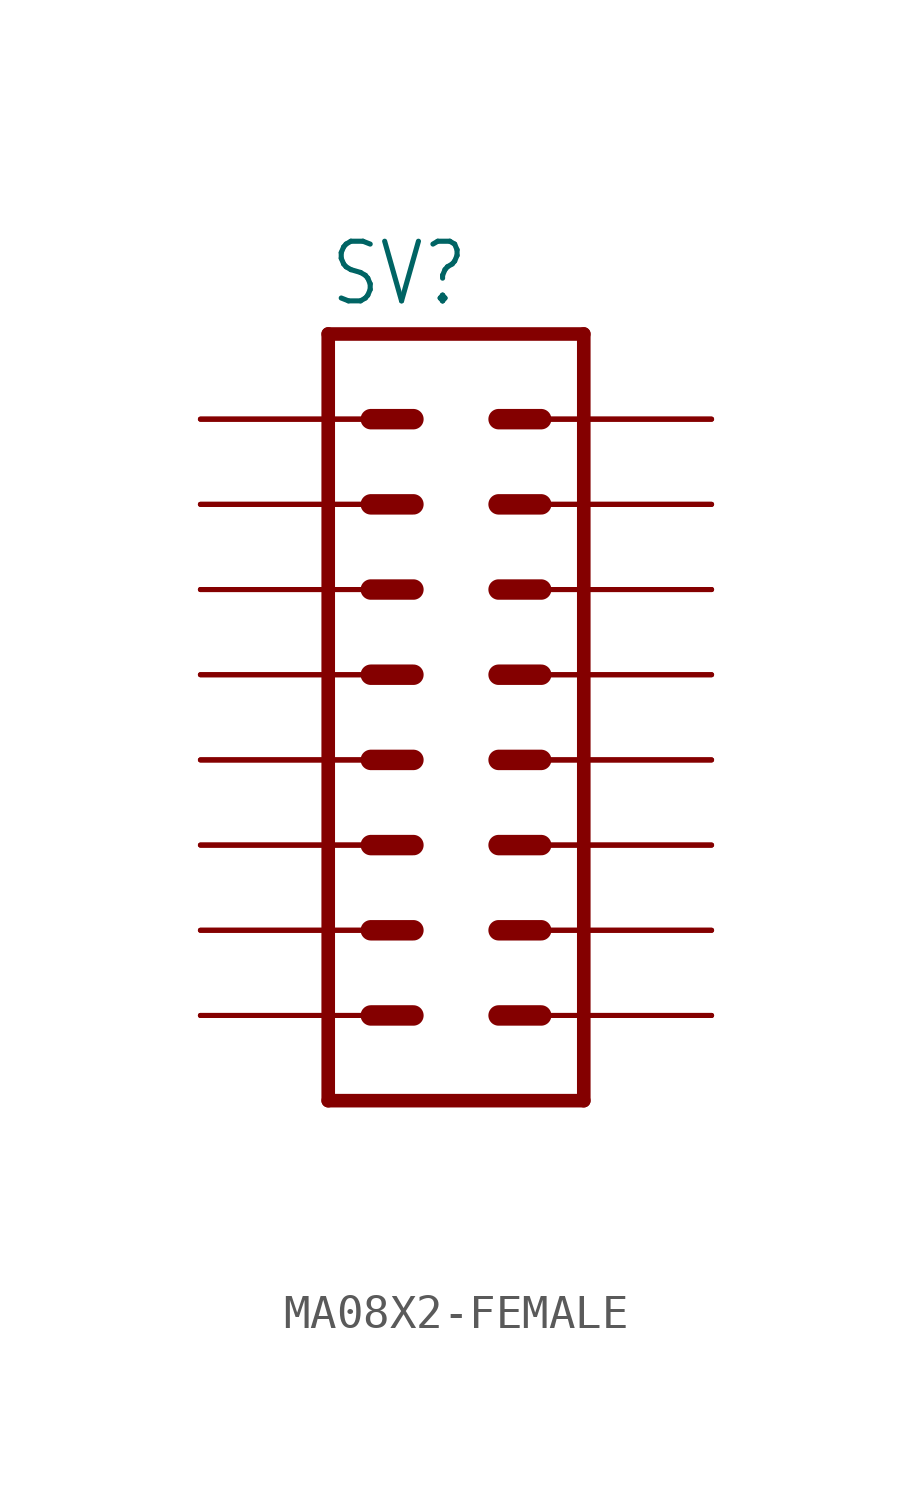
<source format=kicad_sym>
(kicad_symbol_lib
  (version 20231120)
  (generator "kicad_symbol_editor")
  (generator_version "8.0")
  (symbol "MA08X2-FEMALE"
    (property "Reference" "SV"
      (at -3.81 13.462 0)
      (effects (font (size 1.778 1.511)) (justify left bottom)))
    (property "Value" ""
      (at -3.81 -12.7 0)
      (effects (font (size 1.778 1.511)) (justify left bottom)))
    (property "ki_locked" ""
      (at 0 0 0)
      (effects (font (size 1.27 1.27))))
    (symbol "MA08X2-FEMALE_1_0"
      (polyline (pts (xy -3.81 12.7) (xy -3.81 -10.16)) (stroke (width 0.406) (type solid)) (fill (type none)))
      (polyline (pts (xy -3.81 12.7) (xy 3.81 12.7)) (stroke (width 0.406) (type solid)) (fill (type none)))
      (polyline (pts (xy -2.54 -7.62) (xy -1.27 -7.62)) (stroke (width 0.61) (type solid)) (fill (type none)))
      (polyline (pts (xy -2.54 -5.08) (xy -1.27 -5.08)) (stroke (width 0.61) (type solid)) (fill (type none)))
      (polyline (pts (xy -2.54 -2.54) (xy -1.27 -2.54)) (stroke (width 0.61) (type solid)) (fill (type none)))
      (polyline (pts (xy -2.54 0) (xy -1.27 0)) (stroke (width 0.61) (type solid)) (fill (type none)))
      (polyline (pts (xy -2.54 2.54) (xy -1.27 2.54)) (stroke (width 0.61) (type solid)) (fill (type none)))
      (polyline (pts (xy -2.54 5.08) (xy -1.27 5.08)) (stroke (width 0.61) (type solid)) (fill (type none)))
      (polyline (pts (xy -2.54 7.62) (xy -1.27 7.62)) (stroke (width 0.61) (type solid)) (fill (type none)))
      (polyline (pts (xy -2.54 10.16) (xy -1.27 10.16)) (stroke (width 0.61) (type solid)) (fill (type none)))
      (polyline (pts (xy 1.27 -7.62) (xy 2.54 -7.62)) (stroke (width 0.61) (type solid)) (fill (type none)))
      (polyline (pts (xy 1.27 -5.08) (xy 2.54 -5.08)) (stroke (width 0.61) (type solid)) (fill (type none)))
      (polyline (pts (xy 1.27 -2.54) (xy 2.54 -2.54)) (stroke (width 0.61) (type solid)) (fill (type none)))
      (polyline (pts (xy 1.27 0) (xy 2.54 0)) (stroke (width 0.61) (type solid)) (fill (type none)))
      (polyline (pts (xy 1.27 2.54) (xy 2.54 2.54)) (stroke (width 0.61) (type solid)) (fill (type none)))
      (polyline (pts (xy 1.27 5.08) (xy 2.54 5.08)) (stroke (width 0.61) (type solid)) (fill (type none)))
      (polyline (pts (xy 1.27 7.62) (xy 2.54 7.62)) (stroke (width 0.61) (type solid)) (fill (type none)))
      (polyline (pts (xy 1.27 10.16) (xy 2.54 10.16)) (stroke (width 0.61) (type solid)) (fill (type none)))
      (polyline (pts (xy 3.81 -10.16) (xy -3.81 -10.16)) (stroke (width 0.406) (type solid)) (fill (type none)))
      (polyline (pts (xy 3.81 -10.16) (xy 3.81 12.7)) (stroke (width 0.406) (type solid)) (fill (type none)))
      (pin passive line (at 7.62 -7.62 180) (length 5.08) (name "1" (effects (font (size 0 0)))) (number "1" (effects (font (size 0 0)))))
      (pin passive line (at -7.62 2.54 0) (length 5.08) (name "10" (effects (font (size 0 0)))) (number "10" (effects (font (size 0 0)))))
      (pin passive line (at 7.62 5.08 180) (length 5.08) (name "11" (effects (font (size 0 0)))) (number "11" (effects (font (size 0 0)))))
      (pin passive line (at -7.62 5.08 0) (length 5.08) (name "12" (effects (font (size 0 0)))) (number "12" (effects (font (size 0 0)))))
      (pin passive line (at 7.62 7.62 180) (length 5.08) (name "13" (effects (font (size 0 0)))) (number "13" (effects (font (size 0 0)))))
      (pin passive line (at -7.62 7.62 0) (length 5.08) (name "14" (effects (font (size 0 0)))) (number "14" (effects (font (size 0 0)))))
      (pin passive line (at 7.62 10.16 180) (length 5.08) (name "15" (effects (font (size 0 0)))) (number "15" (effects (font (size 0 0)))))
      (pin passive line (at -7.62 10.16 0) (length 5.08) (name "16" (effects (font (size 0 0)))) (number "16" (effects (font (size 0 0)))))
      (pin passive line (at -7.62 -7.62 0) (length 5.08) (name "2" (effects (font (size 0 0)))) (number "2" (effects (font (size 0 0)))))
      (pin passive line (at 7.62 -5.08 180) (length 5.08) (name "3" (effects (font (size 0 0)))) (number "3" (effects (font (size 0 0)))))
      (pin passive line (at -7.62 -5.08 0) (length 5.08) (name "4" (effects (font (size 0 0)))) (number "4" (effects (font (size 0 0)))))
      (pin passive line (at 7.62 -2.54 180) (length 5.08) (name "5" (effects (font (size 0 0)))) (number "5" (effects (font (size 0 0)))))
      (pin passive line (at -7.62 -2.54 0) (length 5.08) (name "6" (effects (font (size 0 0)))) (number "6" (effects (font (size 0 0)))))
      (pin passive line (at 7.62 0 180) (length 5.08) (name "7" (effects (font (size 0 0)))) (number "7" (effects (font (size 0 0)))))
      (pin passive line (at -7.62 0 0) (length 5.08) (name "8" (effects (font (size 0 0)))) (number "8" (effects (font (size 0 0)))))
      (pin passive line (at 7.62 2.54 180) (length 5.08) (name "9" (effects (font (size 0 0)))) (number "9" (effects (font (size 0 0)))))
      (pin passive line (at 7.62 -7.62 180) (length 5.08) (name "1" (effects (font (size 0 0)))) (number "P$1" (effects (font (size 0 0)))))
      (pin passive line (at -7.62 2.54 0) (length 5.08) (name "10" (effects (font (size 0 0)))) (number "P$10" (effects (font (size 0 0)))))
      (pin passive line (at 7.62 5.08 180) (length 5.08) (name "11" (effects (font (size 0 0)))) (number "P$11" (effects (font (size 0 0)))))
      (pin passive line (at -7.62 5.08 0) (length 5.08) (name "12" (effects (font (size 0 0)))) (number "P$12" (effects (font (size 0 0)))))
      (pin passive line (at 7.62 7.62 180) (length 5.08) (name "13" (effects (font (size 0 0)))) (number "P$13" (effects (font (size 0 0)))))
      (pin passive line (at -7.62 7.62 0) (length 5.08) (name "14" (effects (font (size 0 0)))) (number "P$14" (effects (font (size 0 0)))))
      (pin passive line (at 7.62 10.16 180) (length 5.08) (name "15" (effects (font (size 0 0)))) (number "P$15" (effects (font (size 0 0)))))
      (pin passive line (at -7.62 10.16 0) (length 5.08) (name "16" (effects (font (size 0 0)))) (number "P$16" (effects (font (size 0 0)))))
      (pin passive line (at -7.62 -7.62 0) (length 5.08) (name "2" (effects (font (size 0 0)))) (number "P$2" (effects (font (size 0 0)))))
      (pin passive line (at 7.62 -5.08 180) (length 5.08) (name "3" (effects (font (size 0 0)))) (number "P$3" (effects (font (size 0 0)))))
      (pin passive line (at -7.62 -5.08 0) (length 5.08) (name "4" (effects (font (size 0 0)))) (number "P$4" (effects (font (size 0 0)))))
      (pin passive line (at 7.62 -2.54 180) (length 5.08) (name "5" (effects (font (size 0 0)))) (number "P$5" (effects (font (size 0 0)))))
      (pin passive line (at -7.62 -2.54 0) (length 5.08) (name "6" (effects (font (size 0 0)))) (number "P$6" (effects (font (size 0 0)))))
      (pin passive line (at 7.62 0 180) (length 5.08) (name "7" (effects (font (size 0 0)))) (number "P$7" (effects (font (size 0 0)))))
      (pin passive line (at -7.62 0 0) (length 5.08) (name "8" (effects (font (size 0 0)))) (number "P$8" (effects (font (size 0 0)))))
      (pin passive line (at 7.62 2.54 180) (length 5.08) (name "9" (effects (font (size 0 0)))) (number "P$9" (effects (font (size 0 0))))))))
</source>
